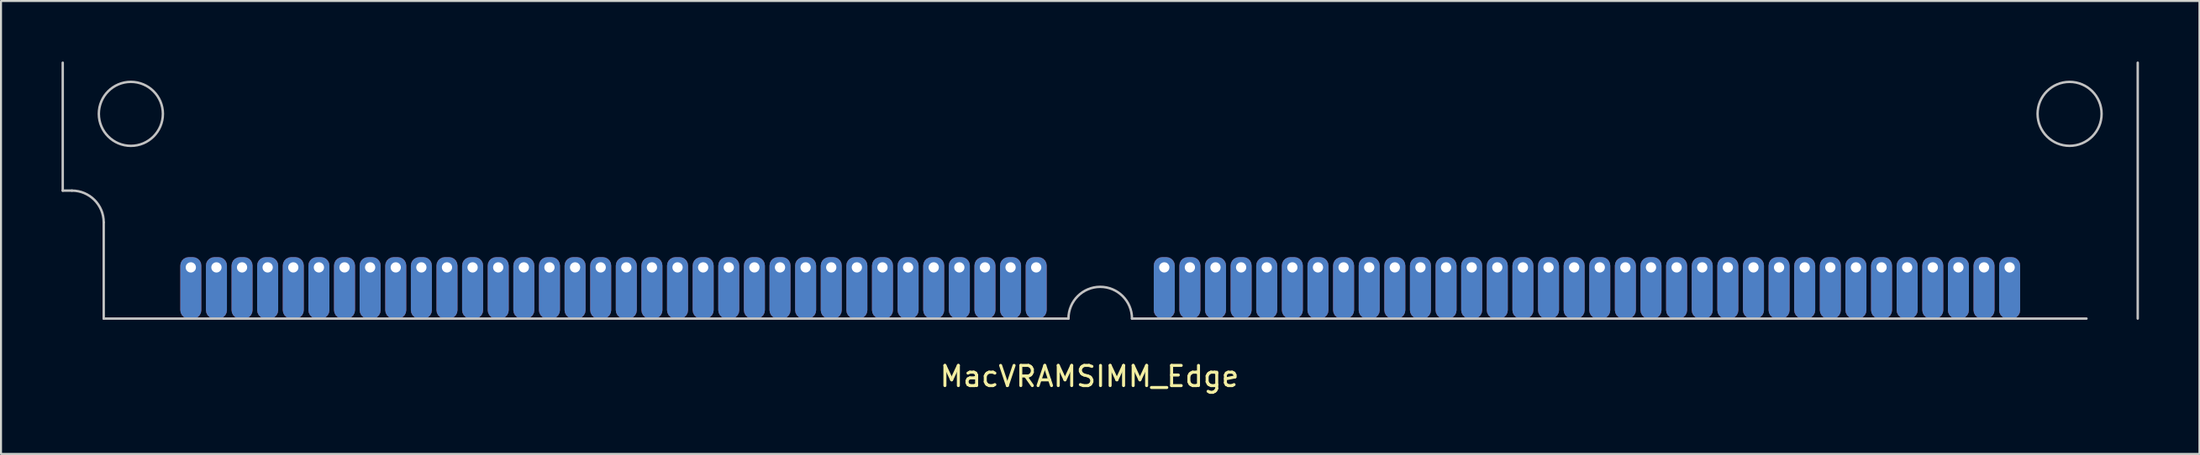
<source format=kicad_pcb>
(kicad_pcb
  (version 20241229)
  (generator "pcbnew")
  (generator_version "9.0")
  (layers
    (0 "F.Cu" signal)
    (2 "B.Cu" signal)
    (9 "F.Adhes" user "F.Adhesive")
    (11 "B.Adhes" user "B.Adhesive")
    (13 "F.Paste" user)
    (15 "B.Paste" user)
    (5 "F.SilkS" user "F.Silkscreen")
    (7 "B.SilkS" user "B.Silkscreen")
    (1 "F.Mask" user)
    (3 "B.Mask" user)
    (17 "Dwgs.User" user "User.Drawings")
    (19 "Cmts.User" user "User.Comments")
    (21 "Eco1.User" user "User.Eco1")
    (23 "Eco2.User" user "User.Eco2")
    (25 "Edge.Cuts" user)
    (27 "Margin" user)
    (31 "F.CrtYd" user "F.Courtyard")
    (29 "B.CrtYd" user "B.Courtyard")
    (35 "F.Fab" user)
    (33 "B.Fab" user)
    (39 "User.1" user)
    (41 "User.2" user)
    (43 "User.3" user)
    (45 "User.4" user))
  (footprint "MacVRAMSIMM_Edge"
    (layer "F.Cu")
    (at 51.495 12.76)
    (property "Reference" "MacVRAMSIMM_Edge" (at -0.533 2.87 0) (layer "F.SilkS") (effects (font (size 1 1) (thickness 0.15))))
    (attr through_hole)
    (fp_line (start -51.435 -6.35) (end -51.435 -12.7) (stroke (width 0.12) (type solid)) (layer "Dwgs.User"))
    (fp_line (start -50.978 -6.35) (end -51.435 -6.35) (stroke (width 0.12) (type solid)) (layer "Dwgs.User"))
    (fp_line (start -49.403 0) (end -49.403 -4.775) (stroke (width 0.12) (type solid)) (layer "Dwgs.User"))
    (fp_line (start -1.575 0) (end -49.403 0) (stroke (width 0.12) (type solid)) (layer "Dwgs.User"))
    (fp_line (start 1.575 0) (end 48.895 0) (stroke (width 0.12) (type solid)) (layer "Dwgs.User"))
    (fp_line (start 51.435 -12.7) (end 51.435 0) (stroke (width 0.12) (type solid)) (layer "Dwgs.User"))
    (fp_arc (start -50.9778 -6.35) (mid -49.864248 -5.888752) (end -49.403 -4.7752) (stroke (width 0.12) (type solid)) (layer "Dwgs.User"))
    (fp_arc (start -1.5748 0) (mid 0 -1.5748) (end 1.5748 0) (stroke (width 0.12) (type solid)) (layer "Dwgs.User"))
    (fp_circle (center -48.057 -10.16) (end -46.469 -10.16) (stroke (width 0.12) (type solid)) (fill no) (layer "Dwgs.User"))
    (fp_circle (center 48.057 -10.16) (end 49.644 -10.16) (stroke (width 0.12) (type solid)) (fill no) (layer "Dwgs.User"))
    (pad "1" thru_hole roundrect (at -45.085 -2.54) (size 1.041 3.048) (drill 0.508 (offset 0 1.016)) (layers "*.Cu" "*.Mask") (roundrect_rratio 0.4))
    (pad "2" thru_hole roundrect (at -43.815 -2.54) (size 1.041 3.048) (drill 0.508 (offset 0 1.016)) (layers "*.Cu" "*.Mask") (roundrect_rratio 0.4))
    (pad "3" thru_hole roundrect (at -42.545 -2.54) (size 1.041 3.048) (drill 0.508 (offset 0 1.016)) (layers "*.Cu" "*.Mask") (roundrect_rratio 0.4))
    (pad "4" thru_hole roundrect (at -41.275 -2.54) (size 1.041 3.048) (drill 0.508 (offset 0 1.016)) (layers "*.Cu" "*.Mask") (roundrect_rratio 0.4))
    (pad "5" thru_hole roundrect (at -40.005 -2.54) (size 1.041 3.048) (drill 0.508 (offset 0 1.016)) (layers "*.Cu" "*.Mask") (roundrect_rratio 0.4))
    (pad "6" thru_hole roundrect (at -38.735 -2.54) (size 1.041 3.048) (drill 0.508 (offset 0 1.016)) (layers "*.Cu" "*.Mask") (roundrect_rratio 0.4))
    (pad "7" thru_hole roundrect (at -37.465 -2.54) (size 1.041 3.048) (drill 0.508 (offset 0 1.016)) (layers "*.Cu" "*.Mask") (roundrect_rratio 0.4))
    (pad "8" thru_hole roundrect (at -36.195 -2.54) (size 1.041 3.048) (drill 0.508 (offset 0 1.016)) (layers "*.Cu" "*.Mask") (roundrect_rratio 0.4))
    (pad "9" thru_hole roundrect (at -34.925 -2.54) (size 1.041 3.048) (drill 0.508 (offset 0 1.016)) (layers "*.Cu" "*.Mask") (roundrect_rratio 0.4))
    (pad "10" thru_hole roundrect (at -33.655 -2.54) (size 1.041 3.048) (drill 0.508 (offset 0 1.016)) (layers "*.Cu" "*.Mask") (roundrect_rratio 0.4))
    (pad "11" thru_hole roundrect (at -32.385 -2.54) (size 1.041 3.048) (drill 0.508 (offset 0 1.016)) (layers "*.Cu" "*.Mask") (roundrect_rratio 0.4))
    (pad "12" thru_hole roundrect (at -31.115 -2.54) (size 1.041 3.048) (drill 0.508 (offset 0 1.016)) (layers "*.Cu" "*.Mask") (roundrect_rratio 0.4))
    (pad "13" thru_hole roundrect (at -29.845 -2.54) (size 1.041 3.048) (drill 0.508 (offset 0 1.016)) (layers "*.Cu" "*.Mask") (roundrect_rratio 0.4))
    (pad "14" thru_hole roundrect (at -28.575 -2.54) (size 1.041 3.048) (drill 0.508 (offset 0 1.016)) (layers "*.Cu" "*.Mask") (roundrect_rratio 0.4))
    (pad "15" thru_hole roundrect (at -27.305 -2.54) (size 1.041 3.048) (drill 0.508 (offset 0 1.016)) (layers "*.Cu" "*.Mask") (roundrect_rratio 0.4))
    (pad "16" thru_hole roundrect (at -26.035 -2.54) (size 1.041 3.048) (drill 0.508 (offset 0 1.016)) (layers "*.Cu" "*.Mask") (roundrect_rratio 0.4))
    (pad "17" thru_hole roundrect (at -24.765 -2.54) (size 1.041 3.048) (drill 0.508 (offset 0 1.016)) (layers "*.Cu" "*.Mask") (roundrect_rratio 0.4))
    (pad "18" thru_hole roundrect (at -23.495 -2.54) (size 1.041 3.048) (drill 0.508 (offset 0 1.016)) (layers "*.Cu" "*.Mask") (roundrect_rratio 0.4))
    (pad "19" thru_hole roundrect (at -22.225 -2.54) (size 1.041 3.048) (drill 0.508 (offset 0 1.016)) (layers "*.Cu" "*.Mask") (roundrect_rratio 0.4))
    (pad "20" thru_hole roundrect (at -20.955 -2.54) (size 1.041 3.048) (drill 0.508 (offset 0 1.016)) (layers "*.Cu" "*.Mask") (roundrect_rratio 0.4))
    (pad "21" thru_hole roundrect (at -19.685 -2.54) (size 1.041 3.048) (drill 0.508 (offset 0 1.016)) (layers "*.Cu" "*.Mask") (roundrect_rratio 0.4))
    (pad "22" thru_hole roundrect (at -18.415 -2.54) (size 1.041 3.048) (drill 0.508 (offset 0 1.016)) (layers "*.Cu" "*.Mask") (roundrect_rratio 0.4))
    (pad "23" thru_hole roundrect (at -17.145 -2.54) (size 1.041 3.048) (drill 0.508 (offset 0 1.016)) (layers "*.Cu" "*.Mask") (roundrect_rratio 0.4))
    (pad "24" thru_hole roundrect (at -15.875 -2.54) (size 1.041 3.048) (drill 0.508 (offset 0 1.016)) (layers "*.Cu" "*.Mask") (roundrect_rratio 0.4))
    (pad "25" thru_hole roundrect (at -14.605 -2.54) (size 1.041 3.048) (drill 0.508 (offset 0 1.016)) (layers "*.Cu" "*.Mask") (roundrect_rratio 0.4))
    (pad "26" thru_hole roundrect (at -13.335 -2.54) (size 1.041 3.048) (drill 0.508 (offset 0 1.016)) (layers "*.Cu" "*.Mask") (roundrect_rratio 0.4))
    (pad "27" thru_hole roundrect (at -12.065 -2.54) (size 1.041 3.048) (drill 0.508 (offset 0 1.016)) (layers "*.Cu" "*.Mask") (roundrect_rratio 0.4))
    (pad "28" thru_hole roundrect (at -10.795 -2.54) (size 1.041 3.048) (drill 0.508 (offset 0 1.016)) (layers "*.Cu" "*.Mask") (roundrect_rratio 0.4))
    (pad "29" thru_hole roundrect (at -9.525 -2.54) (size 1.041 3.048) (drill 0.508 (offset 0 1.016)) (layers "*.Cu" "*.Mask") (roundrect_rratio 0.4))
    (pad "30" thru_hole roundrect (at -8.255 -2.54) (size 1.041 3.048) (drill 0.508 (offset 0 1.016)) (layers "*.Cu" "*.Mask") (roundrect_rratio 0.4))
    (pad "31" thru_hole roundrect (at -6.985 -2.54) (size 1.041 3.048) (drill 0.508 (offset 0 1.016)) (layers "*.Cu" "*.Mask") (roundrect_rratio 0.4))
    (pad "32" thru_hole roundrect (at -5.715 -2.54) (size 1.041 3.048) (drill 0.508 (offset 0 1.016)) (layers "*.Cu" "*.Mask") (roundrect_rratio 0.4))
    (pad "33" thru_hole roundrect (at -4.445 -2.54) (size 1.041 3.048) (drill 0.508 (offset 0 1.016)) (layers "*.Cu" "*.Mask") (roundrect_rratio 0.4))
    (pad "34" thru_hole roundrect (at -3.175 -2.54) (size 1.041 3.048) (drill 0.508 (offset 0 1.016)) (layers "*.Cu" "*.Mask") (roundrect_rratio 0.4))
    (pad "35" thru_hole roundrect (at 3.175 -2.54) (size 1.041 3.048) (drill 0.508 (offset 0 1.016)) (layers "*.Cu" "*.Mask") (roundrect_rratio 0.4))
    (pad "36" thru_hole roundrect (at 4.445 -2.54) (size 1.041 3.048) (drill 0.508 (offset 0 1.016)) (layers "*.Cu" "*.Mask") (roundrect_rratio 0.4))
    (pad "37" thru_hole roundrect (at 5.715 -2.54) (size 1.041 3.048) (drill 0.508 (offset 0 1.016)) (layers "*.Cu" "*.Mask") (roundrect_rratio 0.4))
    (pad "38" thru_hole roundrect (at 6.985 -2.54) (size 1.041 3.048) (drill 0.508 (offset 0 1.016)) (layers "*.Cu" "*.Mask") (roundrect_rratio 0.4))
    (pad "39" thru_hole roundrect (at 8.255 -2.54) (size 1.041 3.048) (drill 0.508 (offset 0 1.016)) (layers "*.Cu" "*.Mask") (roundrect_rratio 0.4))
    (pad "40" thru_hole roundrect (at 9.525 -2.54) (size 1.041 3.048) (drill 0.508 (offset 0 1.016)) (layers "*.Cu" "*.Mask") (roundrect_rratio 0.4))
    (pad "41" thru_hole roundrect (at 10.795 -2.54) (size 1.041 3.048) (drill 0.508 (offset 0 1.016)) (layers "*.Cu" "*.Mask") (roundrect_rratio 0.4))
    (pad "42" thru_hole roundrect (at 12.065 -2.54) (size 1.041 3.048) (drill 0.508 (offset 0 1.016)) (layers "*.Cu" "*.Mask") (roundrect_rratio 0.4))
    (pad "43" thru_hole roundrect (at 13.335 -2.54) (size 1.041 3.048) (drill 0.508 (offset 0 1.016)) (layers "*.Cu" "*.Mask") (roundrect_rratio 0.4))
    (pad "44" thru_hole roundrect (at 14.605 -2.54) (size 1.041 3.048) (drill 0.508 (offset 0 1.016)) (layers "*.Cu" "*.Mask") (roundrect_rratio 0.4))
    (pad "45" thru_hole roundrect (at 15.875 -2.54) (size 1.041 3.048) (drill 0.508 (offset 0 1.016)) (layers "*.Cu" "*.Mask") (roundrect_rratio 0.4))
    (pad "46" thru_hole roundrect (at 17.145 -2.54) (size 1.041 3.048) (drill 0.508 (offset 0 1.016)) (layers "*.Cu" "*.Mask") (roundrect_rratio 0.4))
    (pad "47" thru_hole roundrect (at 18.415 -2.54) (size 1.041 3.048) (drill 0.508 (offset 0 1.016)) (layers "*.Cu" "*.Mask") (roundrect_rratio 0.4))
    (pad "48" thru_hole roundrect (at 19.685 -2.54) (size 1.041 3.048) (drill 0.508 (offset 0 1.016)) (layers "*.Cu" "*.Mask") (roundrect_rratio 0.4))
    (pad "49" thru_hole roundrect (at 20.955 -2.54) (size 1.041 3.048) (drill 0.508 (offset 0 1.016)) (layers "*.Cu" "*.Mask") (roundrect_rratio 0.4))
    (pad "50" thru_hole roundrect (at 22.225 -2.54) (size 1.041 3.048) (drill 0.508 (offset 0 1.016)) (layers "*.Cu" "*.Mask") (roundrect_rratio 0.4))
    (pad "51" thru_hole roundrect (at 23.495 -2.54) (size 1.041 3.048) (drill 0.508 (offset 0 1.016)) (layers "*.Cu" "*.Mask") (roundrect_rratio 0.4))
    (pad "52" thru_hole roundrect (at 24.765 -2.54) (size 1.041 3.048) (drill 0.508 (offset 0 1.016)) (layers "*.Cu" "*.Mask") (roundrect_rratio 0.4))
    (pad "53" thru_hole roundrect (at 26.035 -2.54) (size 1.041 3.048) (drill 0.508 (offset 0 1.016)) (layers "*.Cu" "*.Mask") (roundrect_rratio 0.4))
    (pad "54" thru_hole roundrect (at 27.305 -2.54) (size 1.041 3.048) (drill 0.508 (offset 0 1.016)) (layers "*.Cu" "*.Mask") (roundrect_rratio 0.4))
    (pad "55" thru_hole roundrect (at 28.575 -2.54) (size 1.041 3.048) (drill 0.508 (offset 0 1.016)) (layers "*.Cu" "*.Mask") (roundrect_rratio 0.4))
    (pad "56" thru_hole roundrect (at 29.845 -2.54) (size 1.041 3.048) (drill 0.508 (offset 0 1.016)) (layers "*.Cu" "*.Mask") (roundrect_rratio 0.4))
    (pad "57" thru_hole roundrect (at 31.115 -2.54) (size 1.041 3.048) (drill 0.508 (offset 0 1.016)) (layers "*.Cu" "*.Mask") (roundrect_rratio 0.4))
    (pad "58" thru_hole roundrect (at 32.385 -2.54) (size 1.041 3.048) (drill 0.508 (offset 0 1.016)) (layers "*.Cu" "*.Mask") (roundrect_rratio 0.4))
    (pad "59" thru_hole roundrect (at 33.655 -2.54) (size 1.041 3.048) (drill 0.508 (offset 0 1.016)) (layers "*.Cu" "*.Mask") (roundrect_rratio 0.4))
    (pad "60" thru_hole roundrect (at 34.925 -2.54) (size 1.041 3.048) (drill 0.508 (offset 0 1.016)) (layers "*.Cu" "*.Mask") (roundrect_rratio 0.4))
    (pad "61" thru_hole roundrect (at 36.195 -2.54) (size 1.041 3.048) (drill 0.508 (offset 0 1.016)) (layers "*.Cu" "*.Mask") (roundrect_rratio 0.4))
    (pad "62" thru_hole roundrect (at 37.465 -2.54) (size 1.041 3.048) (drill 0.508 (offset 0 1.016)) (layers "*.Cu" "*.Mask") (roundrect_rratio 0.4))
    (pad "63" thru_hole roundrect (at 38.735 -2.54) (size 1.041 3.048) (drill 0.508 (offset 0 1.016)) (layers "*.Cu" "*.Mask") (roundrect_rratio 0.4))
    (pad "64" thru_hole roundrect (at 40.005 -2.54) (size 1.041 3.048) (drill 0.508 (offset 0 1.016)) (layers "*.Cu" "*.Mask") (roundrect_rratio 0.4))
    (pad "65" thru_hole roundrect (at 41.275 -2.54) (size 1.041 3.048) (drill 0.508 (offset 0 1.016)) (layers "*.Cu" "*.Mask") (roundrect_rratio 0.4))
    (pad "66" thru_hole roundrect (at 42.545 -2.54) (size 1.041 3.048) (drill 0.508 (offset 0 1.016)) (layers "*.Cu" "*.Mask") (roundrect_rratio 0.4))
    (pad "67" thru_hole roundrect (at 43.815 -2.54) (size 1.041 3.048) (drill 0.508 (offset 0 1.016)) (layers "*.Cu" "*.Mask") (roundrect_rratio 0.4))
    (pad "68" thru_hole roundrect (at 45.085 -2.54) (size 1.041 3.048) (drill 0.508 (offset 0 1.016)) (layers "*.Cu" "*.Mask") (roundrect_rratio 0.4)))
  (gr_rect
    (start -3 -3)
    (end 105.99 19.478)
    (stroke (width 0.1) (type default))
    (fill no)
    (layer "Edge.Cuts")))
</source>
